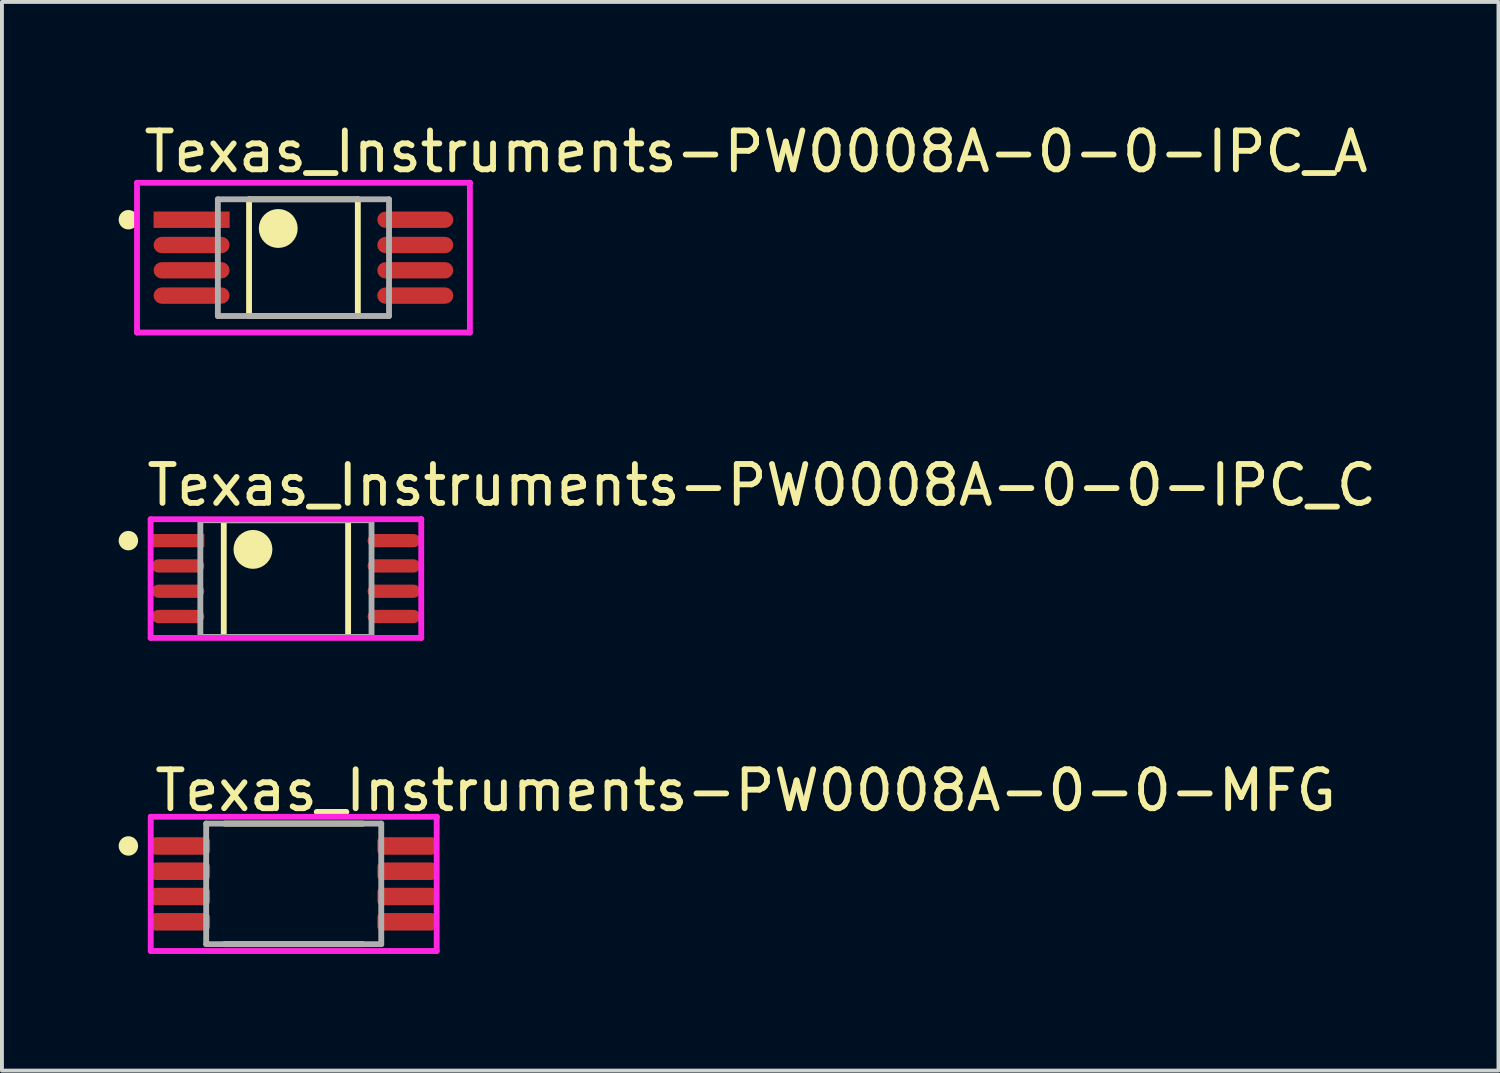
<source format=kicad_pcb>
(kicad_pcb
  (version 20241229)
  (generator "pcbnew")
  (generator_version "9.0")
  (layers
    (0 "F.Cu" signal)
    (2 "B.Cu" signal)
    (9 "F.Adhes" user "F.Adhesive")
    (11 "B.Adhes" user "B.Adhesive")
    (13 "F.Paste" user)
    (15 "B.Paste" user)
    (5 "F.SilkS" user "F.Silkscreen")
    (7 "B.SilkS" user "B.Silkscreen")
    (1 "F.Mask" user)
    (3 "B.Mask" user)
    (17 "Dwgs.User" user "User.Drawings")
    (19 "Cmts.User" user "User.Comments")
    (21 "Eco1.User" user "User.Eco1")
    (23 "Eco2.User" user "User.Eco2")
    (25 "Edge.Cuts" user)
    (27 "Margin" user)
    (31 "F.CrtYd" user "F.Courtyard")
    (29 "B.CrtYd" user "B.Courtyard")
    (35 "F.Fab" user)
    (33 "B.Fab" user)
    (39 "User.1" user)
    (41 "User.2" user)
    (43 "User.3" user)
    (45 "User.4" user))
  (footprint "Texas_Instruments-PW0008A-0-0-MFG"
    (layer "F.Cu")
    (at 4.5 19.67)
    (property "Reference" "Texas_Instruments-PW0008A-0-0-MFG" (at -3.65 -2.4 0) (layer "F.SilkS") (effects (font (size 1 1) (thickness 0.15)) (justify left)))
    (attr through_hole)
    (fp_line (start -1.775 -1.55) (end 1.775 -1.55) (stroke (width 0.15) (type solid)) (layer "F.SilkS"))
    (fp_line (start -1.775 1.55) (end 1.775 1.55) (stroke (width 0.15) (type solid)) (layer "F.SilkS"))
    (fp_circle (center -4.25 -0.975) (end -4.125 -0.975) (stroke (width 0.25) (type solid)) (fill no) (layer "F.SilkS"))
    (fp_line (start -3.675 -1.725) (end -3.675 1.725) (stroke (width 0.15) (type solid)) (layer "F.CrtYd"))
    (fp_line (start -3.675 1.725) (end 3.675 1.725) (stroke (width 0.15) (type solid)) (layer "F.CrtYd"))
    (fp_line (start 3.675 -1.725) (end -3.675 -1.725) (stroke (width 0.15) (type solid)) (layer "F.CrtYd"))
    (fp_line (start 3.675 -1.725) (end 3.675 -1.725) (stroke (width 0.15) (type solid)) (layer "F.CrtYd"))
    (fp_line (start 3.675 1.725) (end 3.675 -1.725) (stroke (width 0.15) (type solid)) (layer "F.CrtYd"))
    (fp_line (start -2.25 -1.55) (end 2.25 -1.55) (stroke (width 0.15) (type solid)) (layer "F.Fab"))
    (fp_line (start -2.25 1.55) (end -2.25 -1.55) (stroke (width 0.15) (type solid)) (layer "F.Fab"))
    (fp_line (start 2.25 -1.55) (end 2.25 1.55) (stroke (width 0.15) (type solid)) (layer "F.Fab"))
    (fp_line (start 2.25 1.55) (end -2.25 1.55) (stroke (width 0.15) (type solid)) (layer "F.Fab"))
    (pad "1" smd roundrect (at -2.9 -0.975) (size 1.5 0.45) (layers "F.Cu" "F.Mask" "F.Paste") (roundrect_rratio 0.222))
    (pad "2" smd roundrect (at -2.9 -0.325) (size 1.5 0.45) (layers "F.Cu" "F.Mask" "F.Paste") (roundrect_rratio 0.222))
    (pad "3" smd roundrect (at -2.9 0.325) (size 1.5 0.45) (layers "F.Cu" "F.Mask" "F.Paste") (roundrect_rratio 0.222))
    (pad "4" smd roundrect (at -2.9 0.975) (size 1.5 0.45) (layers "F.Cu" "F.Mask" "F.Paste") (roundrect_rratio 0.222))
    (pad "5" smd roundrect (at 2.9 0.975) (size 1.5 0.45) (layers "F.Cu" "F.Mask" "F.Paste") (roundrect_rratio 0.222))
    (pad "6" smd roundrect (at 2.9 0.325) (size 1.5 0.45) (layers "F.Cu" "F.Mask" "F.Paste") (roundrect_rratio 0.222))
    (pad "7" smd roundrect (at 2.9 -0.325) (size 1.5 0.45) (layers "F.Cu" "F.Mask" "F.Paste") (roundrect_rratio 0.222))
    (pad "8" smd roundrect (at 2.9 -0.975) (size 1.5 0.45) (layers "F.Cu" "F.Mask" "F.Paste") (roundrect_rratio 0.222)))
  (footprint "Texas_Instruments-PW0008A-0-0-IPC_A"
    (layer "F.Cu")
    (at 4.75 3.573)
    (property "Reference" "Texas_Instruments-PW0008A-0-0-IPC_A" (at -4.178 -2.725 0) (layer "F.SilkS") (effects (font (size 1 1) (thickness 0.15)) (justify left)))
    (attr through_hole)
    (fp_line (start -1.398 -1.5) (end 1.398 -1.5) (stroke (width 0.15) (type solid)) (layer "F.SilkS"))
    (fp_line (start -1.398 1.5) (end -1.398 -1.5) (stroke (width 0.15) (type solid)) (layer "F.SilkS"))
    (fp_line (start 1.398 -1.5) (end 1.398 1.5) (stroke (width 0.15) (type solid)) (layer "F.SilkS"))
    (fp_line (start 1.398 1.5) (end -1.398 1.5) (stroke (width 0.15) (type solid)) (layer "F.SilkS"))
    (fp_circle (center -4.5 -0.975) (end -4.375 -0.975) (stroke (width 0.25) (type solid)) (fill no) (layer "F.SilkS"))
    (fp_circle (center -0.648 -0.75) (end -0.398 -0.75) (stroke (width 0.5) (type solid)) (fill no) (layer "F.SilkS"))
    (fp_line (start -4.278 -1.925) (end -4.278 1.925) (stroke (width 0.15) (type solid)) (layer "F.CrtYd"))
    (fp_line (start -4.278 1.925) (end 4.278 1.925) (stroke (width 0.15) (type solid)) (layer "F.CrtYd"))
    (fp_line (start 4.278 -1.925) (end -4.278 -1.925) (stroke (width 0.15) (type solid)) (layer "F.CrtYd"))
    (fp_line (start 4.278 -1.925) (end 4.278 -1.925) (stroke (width 0.15) (type solid)) (layer "F.CrtYd"))
    (fp_line (start 4.278 1.925) (end 4.278 -1.925) (stroke (width 0.15) (type solid)) (layer "F.CrtYd"))
    (fp_line (start -2.2 -1.5) (end 2.2 -1.5) (stroke (width 0.15) (type solid)) (layer "F.Fab"))
    (fp_line (start -2.2 1.5) (end -2.2 -1.5) (stroke (width 0.15) (type solid)) (layer "F.Fab"))
    (fp_line (start 2.2 -1.5) (end 2.2 1.5) (stroke (width 0.15) (type solid)) (layer "F.Fab"))
    (fp_line (start 2.2 1.5) (end -2.2 1.5) (stroke (width 0.15) (type solid)) (layer "F.Fab"))
    (pad "1" smd rect (at -2.875 -0.975) (size 1.955 0.421) (layers "F.Cu" "F.Mask" "F.Paste"))
    (pad "2" smd roundrect (at -2.875 -0.325) (size 1.955 0.421) (layers "F.Cu" "F.Mask" "F.Paste") (roundrect_rratio 0.5))
    (pad "3" smd roundrect (at -2.875 0.325) (size 1.955 0.421) (layers "F.Cu" "F.Mask" "F.Paste") (roundrect_rratio 0.5))
    (pad "4" smd roundrect (at -2.875 0.975) (size 1.955 0.421) (layers "F.Cu" "F.Mask" "F.Paste") (roundrect_rratio 0.5))
    (pad "5" smd roundrect (at 2.875 0.975) (size 1.955 0.421) (layers "F.Cu" "F.Mask" "F.Paste") (roundrect_rratio 0.5))
    (pad "6" smd roundrect (at 2.875 0.325) (size 1.955 0.421) (layers "F.Cu" "F.Mask" "F.Paste") (roundrect_rratio 0.5))
    (pad "7" smd roundrect (at 2.875 -0.325) (size 1.955 0.421) (layers "F.Cu" "F.Mask" "F.Paste") (roundrect_rratio 0.5))
    (pad "8" smd roundrect (at 2.875 -0.975) (size 1.955 0.421) (layers "F.Cu" "F.Mask" "F.Paste") (roundrect_rratio 0.5)))
  (footprint "Texas_Instruments-PW0008A-0-0-IPC_C"
    (layer "F.Cu")
    (at 4.3 11.822)
    (property "Reference" "Texas_Instruments-PW0008A-0-0-IPC_C" (at -3.653 -2.4 0) (layer "F.SilkS") (effects (font (size 1 1) (thickness 0.15)) (justify left)))
    (attr through_hole)
    (fp_line (start -1.598 -1.5) (end 1.598 -1.5) (stroke (width 0.15) (type solid)) (layer "F.SilkS"))
    (fp_line (start -1.598 1.5) (end -1.598 -1.5) (stroke (width 0.15) (type solid)) (layer "F.SilkS"))
    (fp_line (start 1.598 -1.5) (end 1.598 1.5) (stroke (width 0.15) (type solid)) (layer "F.SilkS"))
    (fp_line (start 1.598 1.5) (end -1.598 1.5) (stroke (width 0.15) (type solid)) (layer "F.SilkS"))
    (fp_circle (center -4.05 -0.975) (end -3.925 -0.975) (stroke (width 0.25) (type solid)) (fill no) (layer "F.SilkS"))
    (fp_circle (center -0.848 -0.75) (end -0.598 -0.75) (stroke (width 0.5) (type solid)) (fill no) (layer "F.SilkS"))
    (fp_line (start -3.478 -1.525) (end -3.478 1.525) (stroke (width 0.15) (type solid)) (layer "F.CrtYd"))
    (fp_line (start -3.478 1.525) (end 3.478 1.525) (stroke (width 0.15) (type solid)) (layer "F.CrtYd"))
    (fp_line (start 3.478 -1.525) (end -3.478 -1.525) (stroke (width 0.15) (type solid)) (layer "F.CrtYd"))
    (fp_line (start 3.478 -1.525) (end 3.478 -1.525) (stroke (width 0.15) (type solid)) (layer "F.CrtYd"))
    (fp_line (start 3.478 1.525) (end 3.478 -1.525) (stroke (width 0.15) (type solid)) (layer "F.CrtYd"))
    (fp_line (start -2.2 -1.5) (end 2.2 -1.5) (stroke (width 0.15) (type solid)) (layer "F.Fab"))
    (fp_line (start -2.2 1.5) (end -2.2 -1.5) (stroke (width 0.15) (type solid)) (layer "F.Fab"))
    (fp_line (start 2.2 -1.5) (end 2.2 1.5) (stroke (width 0.15) (type solid)) (layer "F.Fab"))
    (fp_line (start 2.2 1.5) (end -2.2 1.5) (stroke (width 0.15) (type solid)) (layer "F.Fab"))
    (pad "1" smd rect (at -2.775 -0.975) (size 1.355 0.341) (layers "F.Cu" "F.Mask" "F.Paste"))
    (pad "2" smd roundrect (at -2.775 -0.325) (size 1.355 0.341) (layers "F.Cu" "F.Mask" "F.Paste") (roundrect_rratio 0.5))
    (pad "3" smd roundrect (at -2.775 0.325) (size 1.355 0.341) (layers "F.Cu" "F.Mask" "F.Paste") (roundrect_rratio 0.5))
    (pad "4" smd roundrect (at -2.775 0.975) (size 1.355 0.341) (layers "F.Cu" "F.Mask" "F.Paste") (roundrect_rratio 0.5))
    (pad "5" smd roundrect (at 2.775 0.975) (size 1.355 0.341) (layers "F.Cu" "F.Mask" "F.Paste") (roundrect_rratio 0.5))
    (pad "6" smd roundrect (at 2.775 0.325) (size 1.355 0.341) (layers "F.Cu" "F.Mask" "F.Paste") (roundrect_rratio 0.5))
    (pad "7" smd roundrect (at 2.775 -0.325) (size 1.355 0.341) (layers "F.Cu" "F.Mask" "F.Paste") (roundrect_rratio 0.5))
    (pad "8" smd roundrect (at 2.775 -0.975) (size 1.355 0.341) (layers "F.Cu" "F.Mask" "F.Paste") (roundrect_rratio 0.5)))
  (gr_rect
    (start -3 -3)
    (end 35.468 24.47)
    (stroke (width 0.1) (type default))
    (fill no)
    (layer "Edge.Cuts")))
</source>
